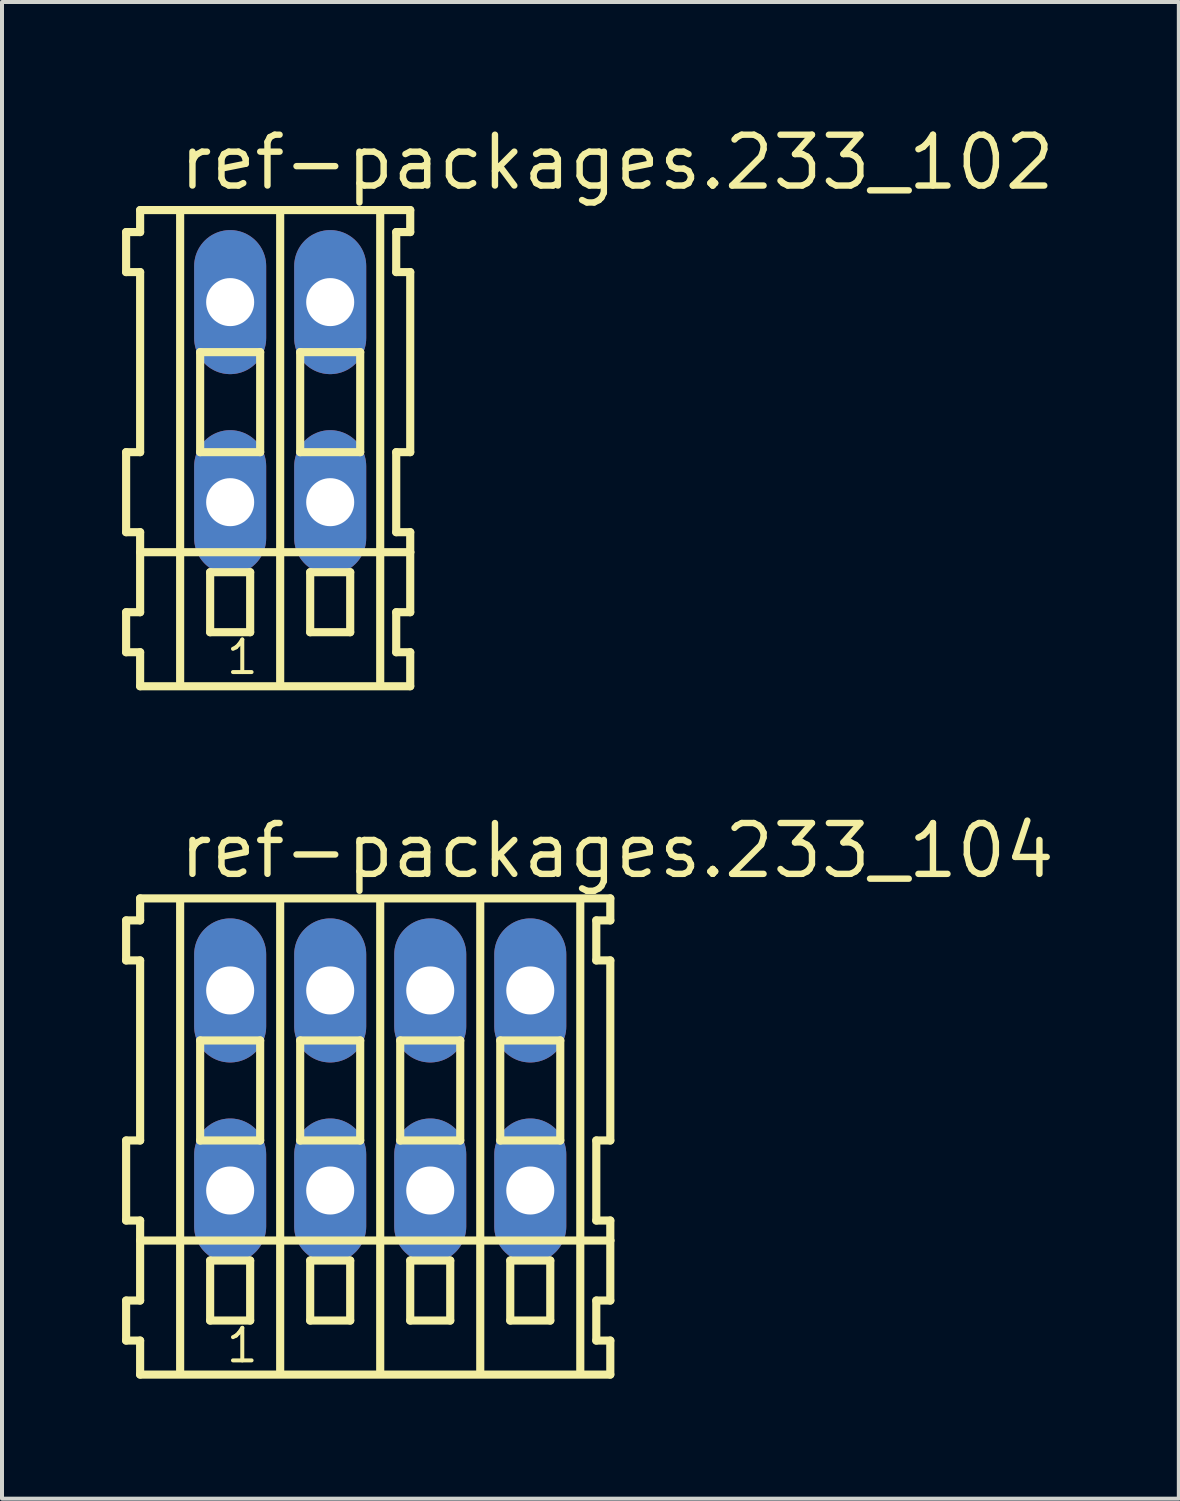
<source format=kicad_pcb>
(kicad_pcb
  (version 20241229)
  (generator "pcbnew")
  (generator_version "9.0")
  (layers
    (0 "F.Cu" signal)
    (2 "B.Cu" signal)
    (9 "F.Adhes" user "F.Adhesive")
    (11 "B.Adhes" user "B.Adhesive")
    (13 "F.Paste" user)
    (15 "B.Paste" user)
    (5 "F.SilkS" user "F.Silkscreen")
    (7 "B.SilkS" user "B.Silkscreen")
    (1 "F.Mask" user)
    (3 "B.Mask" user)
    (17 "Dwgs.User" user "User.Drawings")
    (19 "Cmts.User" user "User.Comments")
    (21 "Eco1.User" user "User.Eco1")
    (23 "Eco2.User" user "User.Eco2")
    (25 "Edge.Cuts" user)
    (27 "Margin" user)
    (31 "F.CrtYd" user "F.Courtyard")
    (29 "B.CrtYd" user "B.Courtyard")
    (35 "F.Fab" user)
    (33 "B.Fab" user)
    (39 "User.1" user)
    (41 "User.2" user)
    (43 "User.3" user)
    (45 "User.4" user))
  (footprint "ref-packages.233_104"
    (layer "F.Cu")
    (at 6.452 24.202)
    (property "Reference" "ref-packages.233_104" (at -5.1 -5.25 0) (layer "F.SilkS") (effects (font (size 1.27 1.27) (thickness 0.16)) (justify left bottom)))
    (attr through_hole)
    (fp_line (start -6.35 -4.25) (end -6.35 -3.25) (stroke (width 0.203) (type default)) (layer "F.SilkS"))
    (fp_line (start -6.35 -3.25) (end -6 -3.25) (stroke (width 0.203) (type default)) (layer "F.SilkS"))
    (fp_line (start -6.35 1.25) (end -6.35 3.25) (stroke (width 0.203) (type default)) (layer "F.SilkS"))
    (fp_line (start -6.35 3.25) (end -6 3.25) (stroke (width 0.203) (type default)) (layer "F.SilkS"))
    (fp_line (start -6.35 5.25) (end -6.35 6.25) (stroke (width 0.203) (type default)) (layer "F.SilkS"))
    (fp_line (start -6.35 6.25) (end -6 6.25) (stroke (width 0.203) (type default)) (layer "F.SilkS"))
    (fp_line (start -6 -4.8) (end -6 -4.25) (stroke (width 0.203) (type default)) (layer "F.SilkS"))
    (fp_line (start -6 -4.25) (end -6.35 -4.25) (stroke (width 0.203) (type default)) (layer "F.SilkS"))
    (fp_line (start -6 -3.25) (end -6 1.25) (stroke (width 0.203) (type default)) (layer "F.SilkS"))
    (fp_line (start -6 1.25) (end -6.35 1.25) (stroke (width 0.203) (type default)) (layer "F.SilkS"))
    (fp_line (start -6 3.25) (end -6 5.25) (stroke (width 0.203) (type default)) (layer "F.SilkS"))
    (fp_line (start -6 3.75) (end 5.75 3.75) (stroke (width 0.203) (type default)) (layer "F.SilkS"))
    (fp_line (start -6 5.25) (end -6.35 5.25) (stroke (width 0.203) (type default)) (layer "F.SilkS"))
    (fp_line (start -6 6.25) (end -6 7.1) (stroke (width 0.203) (type default)) (layer "F.SilkS"))
    (fp_line (start -6 7.1) (end 5.75 7.1) (stroke (width 0.203) (type default)) (layer "F.SilkS"))
    (fp_line (start -5 -4.75) (end -5 7) (stroke (width 0.203) (type default)) (layer "F.SilkS"))
    (fp_line (start -4.5 -1.25) (end -4.5 1.25) (stroke (width 0.203) (type default)) (layer "F.SilkS"))
    (fp_line (start -4.5 1.25) (end -3 1.25) (stroke (width 0.203) (type default)) (layer "F.SilkS"))
    (fp_line (start -4.25 4.25) (end -4.25 5.75) (stroke (width 0.203) (type default)) (layer "F.SilkS"))
    (fp_line (start -4.25 5.75) (end -3.25 5.75) (stroke (width 0.203) (type default)) (layer "F.SilkS"))
    (fp_line (start -3.25 4.25) (end -4.25 4.25) (stroke (width 0.203) (type default)) (layer "F.SilkS"))
    (fp_line (start -3.25 5.75) (end -3.25 4.25) (stroke (width 0.203) (type default)) (layer "F.SilkS"))
    (fp_line (start -3 -1.25) (end -4.5 -1.25) (stroke (width 0.203) (type default)) (layer "F.SilkS"))
    (fp_line (start -3 1.25) (end -3 -1.25) (stroke (width 0.203) (type default)) (layer "F.SilkS"))
    (fp_line (start -2.5 -4.75) (end -2.5 7) (stroke (width 0.203) (type default)) (layer "F.SilkS"))
    (fp_line (start -2 -1.25) (end -2 1.25) (stroke (width 0.203) (type default)) (layer "F.SilkS"))
    (fp_line (start -2 1.25) (end -0.5 1.25) (stroke (width 0.203) (type default)) (layer "F.SilkS"))
    (fp_line (start -1.75 4.25) (end -1.75 5.75) (stroke (width 0.203) (type default)) (layer "F.SilkS"))
    (fp_line (start -1.75 5.75) (end -0.75 5.75) (stroke (width 0.203) (type default)) (layer "F.SilkS"))
    (fp_line (start -0.75 4.25) (end -1.75 4.25) (stroke (width 0.203) (type default)) (layer "F.SilkS"))
    (fp_line (start -0.75 5.75) (end -0.75 4.25) (stroke (width 0.203) (type default)) (layer "F.SilkS"))
    (fp_line (start -0.5 -1.25) (end -2 -1.25) (stroke (width 0.203) (type default)) (layer "F.SilkS"))
    (fp_line (start -0.5 1.25) (end -0.5 -1.25) (stroke (width 0.203) (type default)) (layer "F.SilkS"))
    (fp_line (start 0 -4.75) (end 0 7) (stroke (width 0.203) (type default)) (layer "F.SilkS"))
    (fp_line (start 0.5 -1.25) (end 0.5 1.25) (stroke (width 0.203) (type default)) (layer "F.SilkS"))
    (fp_line (start 0.5 1.25) (end 2 1.25) (stroke (width 0.203) (type default)) (layer "F.SilkS"))
    (fp_line (start 0.75 4.25) (end 0.75 5.75) (stroke (width 0.203) (type default)) (layer "F.SilkS"))
    (fp_line (start 0.75 5.75) (end 1.75 5.75) (stroke (width 0.203) (type default)) (layer "F.SilkS"))
    (fp_line (start 1.75 4.25) (end 0.75 4.25) (stroke (width 0.203) (type default)) (layer "F.SilkS"))
    (fp_line (start 1.75 5.75) (end 1.75 4.25) (stroke (width 0.203) (type default)) (layer "F.SilkS"))
    (fp_line (start 2 -1.25) (end 0.5 -1.25) (stroke (width 0.203) (type default)) (layer "F.SilkS"))
    (fp_line (start 2 1.25) (end 2 -1.25) (stroke (width 0.203) (type default)) (layer "F.SilkS"))
    (fp_line (start 2.5 -4.75) (end 2.5 7) (stroke (width 0.203) (type default)) (layer "F.SilkS"))
    (fp_line (start 3 -1.25) (end 3 1.25) (stroke (width 0.203) (type default)) (layer "F.SilkS"))
    (fp_line (start 3 1.25) (end 4.5 1.25) (stroke (width 0.203) (type default)) (layer "F.SilkS"))
    (fp_line (start 3.25 4.25) (end 3.25 5.75) (stroke (width 0.203) (type default)) (layer "F.SilkS"))
    (fp_line (start 3.25 5.75) (end 4.25 5.75) (stroke (width 0.203) (type default)) (layer "F.SilkS"))
    (fp_line (start 4.25 4.25) (end 3.25 4.25) (stroke (width 0.203) (type default)) (layer "F.SilkS"))
    (fp_line (start 4.25 5.75) (end 4.25 4.25) (stroke (width 0.203) (type default)) (layer "F.SilkS"))
    (fp_line (start 4.5 -1.25) (end 3 -1.25) (stroke (width 0.203) (type default)) (layer "F.SilkS"))
    (fp_line (start 4.5 1.25) (end 4.5 -1.25) (stroke (width 0.203) (type default)) (layer "F.SilkS"))
    (fp_line (start 5 -4.75) (end 5 7) (stroke (width 0.203) (type default)) (layer "F.SilkS"))
    (fp_line (start 5.4 -4.25) (end 5.4 -3.25) (stroke (width 0.203) (type default)) (layer "F.SilkS"))
    (fp_line (start 5.4 -3.25) (end 5.75 -3.25) (stroke (width 0.203) (type default)) (layer "F.SilkS"))
    (fp_line (start 5.4 1.25) (end 5.4 3.25) (stroke (width 0.203) (type default)) (layer "F.SilkS"))
    (fp_line (start 5.4 3.25) (end 5.75 3.25) (stroke (width 0.203) (type default)) (layer "F.SilkS"))
    (fp_line (start 5.4 5.25) (end 5.4 6.25) (stroke (width 0.203) (type default)) (layer "F.SilkS"))
    (fp_line (start 5.4 6.25) (end 5.75 6.25) (stroke (width 0.203) (type default)) (layer "F.SilkS"))
    (fp_line (start 5.75 -4.8) (end -6 -4.8) (stroke (width 0.203) (type default)) (layer "F.SilkS"))
    (fp_line (start 5.75 -4.25) (end 5.4 -4.25) (stroke (width 0.203) (type default)) (layer "F.SilkS"))
    (fp_line (start 5.75 -4.25) (end 5.75 -4.8) (stroke (width 0.203) (type default)) (layer "F.SilkS"))
    (fp_line (start 5.75 1.25) (end 5.4 1.25) (stroke (width 0.203) (type default)) (layer "F.SilkS"))
    (fp_line (start 5.75 1.25) (end 5.75 -3.25) (stroke (width 0.203) (type default)) (layer "F.SilkS"))
    (fp_line (start 5.75 3.75) (end 5.75 3.25) (stroke (width 0.203) (type default)) (layer "F.SilkS"))
    (fp_line (start 5.75 5.25) (end 5.4 5.25) (stroke (width 0.203) (type default)) (layer "F.SilkS"))
    (fp_line (start 5.75 5.25) (end 5.75 3.75) (stroke (width 0.203) (type default)) (layer "F.SilkS"))
    (fp_line (start 5.75 7.1) (end 5.75 6.25) (stroke (width 0.203) (type default)) (layer "F.SilkS"))
    (fp_text user "1" (at -3.9 6.85 0) (layer "F.SilkS") (effects (font (size 0.813 0.813) (thickness 0.1)) (justify left bottom)))
    (pad "A1" thru_hole oval (at -3.75 -2.5 90) (size 3.6 1.8) (drill 1.2) (layers "*.Cu" "*.Mask"))
    (pad "A2" thru_hole oval (at -1.25 -2.5 90) (size 3.6 1.8) (drill 1.2) (layers "*.Cu" "*.Mask"))
    (pad "A3" thru_hole oval (at 1.25 -2.5 90) (size 3.6 1.8) (drill 1.2) (layers "*.Cu" "*.Mask"))
    (pad "A4" thru_hole oval (at 3.75 -2.5 90) (size 3.6 1.8) (drill 1.2) (layers "*.Cu" "*.Mask"))
    (pad "B1" thru_hole oval (at -3.75 2.5 90) (size 3.6 1.8) (drill 1.2) (layers "*.Cu" "*.Mask"))
    (pad "B2" thru_hole oval (at -1.25 2.5 90) (size 3.6 1.8) (drill 1.2) (layers "*.Cu" "*.Mask"))
    (pad "B3" thru_hole oval (at 1.25 2.5 90) (size 3.6 1.8) (drill 1.2) (layers "*.Cu" "*.Mask"))
    (pad "B4" thru_hole oval (at 3.75 2.5 90) (size 3.6 1.8) (drill 1.2) (layers "*.Cu" "*.Mask")))
  (footprint "ref-packages.233_102"
    (layer "F.Cu")
    (at 3.952 7)
    (property "Reference" "ref-packages.233_102" (at -2.6 -5.25 0) (layer "F.SilkS") (effects (font (size 1.27 1.27) (thickness 0.16)) (justify left bottom)))
    (attr through_hole)
    (fp_line (start -3.85 -4.25) (end -3.85 -3.25) (stroke (width 0.203) (type default)) (layer "F.SilkS"))
    (fp_line (start -3.85 -3.25) (end -3.5 -3.25) (stroke (width 0.203) (type default)) (layer "F.SilkS"))
    (fp_line (start -3.85 1.25) (end -3.85 3.25) (stroke (width 0.203) (type default)) (layer "F.SilkS"))
    (fp_line (start -3.85 3.25) (end -3.5 3.25) (stroke (width 0.203) (type default)) (layer "F.SilkS"))
    (fp_line (start -3.85 5.25) (end -3.85 6.25) (stroke (width 0.203) (type default)) (layer "F.SilkS"))
    (fp_line (start -3.85 6.25) (end -3.5 6.25) (stroke (width 0.203) (type default)) (layer "F.SilkS"))
    (fp_line (start -3.5 -4.8) (end -3.5 -4.25) (stroke (width 0.203) (type default)) (layer "F.SilkS"))
    (fp_line (start -3.5 -4.25) (end -3.85 -4.25) (stroke (width 0.203) (type default)) (layer "F.SilkS"))
    (fp_line (start -3.5 -3.25) (end -3.5 1.25) (stroke (width 0.203) (type default)) (layer "F.SilkS"))
    (fp_line (start -3.5 1.25) (end -3.85 1.25) (stroke (width 0.203) (type default)) (layer "F.SilkS"))
    (fp_line (start -3.5 3.25) (end -3.5 5.25) (stroke (width 0.203) (type default)) (layer "F.SilkS"))
    (fp_line (start -3.5 3.75) (end 3.25 3.75) (stroke (width 0.203) (type default)) (layer "F.SilkS"))
    (fp_line (start -3.5 5.25) (end -3.85 5.25) (stroke (width 0.203) (type default)) (layer "F.SilkS"))
    (fp_line (start -3.5 6.25) (end -3.5 7.1) (stroke (width 0.203) (type default)) (layer "F.SilkS"))
    (fp_line (start -3.5 7.1) (end 3.25 7.1) (stroke (width 0.203) (type default)) (layer "F.SilkS"))
    (fp_line (start -2.5 -4.75) (end -2.5 7) (stroke (width 0.203) (type default)) (layer "F.SilkS"))
    (fp_line (start -2 -1.25) (end -2 1.25) (stroke (width 0.203) (type default)) (layer "F.SilkS"))
    (fp_line (start -2 1.25) (end -0.5 1.25) (stroke (width 0.203) (type default)) (layer "F.SilkS"))
    (fp_line (start -1.75 4.25) (end -1.75 5.75) (stroke (width 0.203) (type default)) (layer "F.SilkS"))
    (fp_line (start -1.75 5.75) (end -0.75 5.75) (stroke (width 0.203) (type default)) (layer "F.SilkS"))
    (fp_line (start -0.75 4.25) (end -1.75 4.25) (stroke (width 0.203) (type default)) (layer "F.SilkS"))
    (fp_line (start -0.75 5.75) (end -0.75 4.25) (stroke (width 0.203) (type default)) (layer "F.SilkS"))
    (fp_line (start -0.5 -1.25) (end -2 -1.25) (stroke (width 0.203) (type default)) (layer "F.SilkS"))
    (fp_line (start -0.5 1.25) (end -0.5 -1.25) (stroke (width 0.203) (type default)) (layer "F.SilkS"))
    (fp_line (start 0 -4.75) (end 0 7) (stroke (width 0.203) (type default)) (layer "F.SilkS"))
    (fp_line (start 0.5 -1.25) (end 0.5 1.25) (stroke (width 0.203) (type default)) (layer "F.SilkS"))
    (fp_line (start 0.5 1.25) (end 2 1.25) (stroke (width 0.203) (type default)) (layer "F.SilkS"))
    (fp_line (start 0.75 4.25) (end 0.75 5.75) (stroke (width 0.203) (type default)) (layer "F.SilkS"))
    (fp_line (start 0.75 5.75) (end 1.75 5.75) (stroke (width 0.203) (type default)) (layer "F.SilkS"))
    (fp_line (start 1.75 4.25) (end 0.75 4.25) (stroke (width 0.203) (type default)) (layer "F.SilkS"))
    (fp_line (start 1.75 5.75) (end 1.75 4.25) (stroke (width 0.203) (type default)) (layer "F.SilkS"))
    (fp_line (start 2 -1.25) (end 0.5 -1.25) (stroke (width 0.203) (type default)) (layer "F.SilkS"))
    (fp_line (start 2 1.25) (end 2 -1.25) (stroke (width 0.203) (type default)) (layer "F.SilkS"))
    (fp_line (start 2.5 -4.75) (end 2.5 7) (stroke (width 0.203) (type default)) (layer "F.SilkS"))
    (fp_line (start 2.9 -4.25) (end 2.9 -3.25) (stroke (width 0.203) (type default)) (layer "F.SilkS"))
    (fp_line (start 2.9 -3.25) (end 3.25 -3.25) (stroke (width 0.203) (type default)) (layer "F.SilkS"))
    (fp_line (start 2.9 1.25) (end 2.9 3.25) (stroke (width 0.203) (type default)) (layer "F.SilkS"))
    (fp_line (start 2.9 3.25) (end 3.25 3.25) (stroke (width 0.203) (type default)) (layer "F.SilkS"))
    (fp_line (start 2.9 5.25) (end 2.9 6.25) (stroke (width 0.203) (type default)) (layer "F.SilkS"))
    (fp_line (start 2.9 6.25) (end 3.25 6.25) (stroke (width 0.203) (type default)) (layer "F.SilkS"))
    (fp_line (start 3.25 -4.8) (end -3.5 -4.8) (stroke (width 0.203) (type default)) (layer "F.SilkS"))
    (fp_line (start 3.25 -4.25) (end 2.9 -4.25) (stroke (width 0.203) (type default)) (layer "F.SilkS"))
    (fp_line (start 3.25 -4.25) (end 3.25 -4.8) (stroke (width 0.203) (type default)) (layer "F.SilkS"))
    (fp_line (start 3.25 1.25) (end 2.9 1.25) (stroke (width 0.203) (type default)) (layer "F.SilkS"))
    (fp_line (start 3.25 1.25) (end 3.25 -3.25) (stroke (width 0.203) (type default)) (layer "F.SilkS"))
    (fp_line (start 3.25 3.75) (end 3.25 3.25) (stroke (width 0.203) (type default)) (layer "F.SilkS"))
    (fp_line (start 3.25 5.25) (end 2.9 5.25) (stroke (width 0.203) (type default)) (layer "F.SilkS"))
    (fp_line (start 3.25 5.25) (end 3.25 3.75) (stroke (width 0.203) (type default)) (layer "F.SilkS"))
    (fp_line (start 3.25 7.1) (end 3.25 6.25) (stroke (width 0.203) (type default)) (layer "F.SilkS"))
    (fp_text user "1" (at -1.4 6.85 0) (layer "F.SilkS") (effects (font (size 0.813 0.813) (thickness 0.1)) (justify left bottom)))
    (pad "A1" thru_hole oval (at -1.25 -2.5 90) (size 3.6 1.8) (drill 1.2) (layers "*.Cu" "*.Mask"))
    (pad "A2" thru_hole oval (at 1.25 -2.5 90) (size 3.6 1.8) (drill 1.2) (layers "*.Cu" "*.Mask"))
    (pad "B1" thru_hole oval (at -1.25 2.5 90) (size 3.6 1.8) (drill 1.2) (layers "*.Cu" "*.Mask"))
    (pad "B2" thru_hole oval (at 1.25 2.5 90) (size 3.6 1.8) (drill 1.2) (layers "*.Cu" "*.Mask")))
  (gr_rect
    (start -3 -3)
    (end 26.41 34.403)
    (stroke (width 0.1) (type default))
    (fill no)
    (layer "Edge.Cuts")))
</source>
